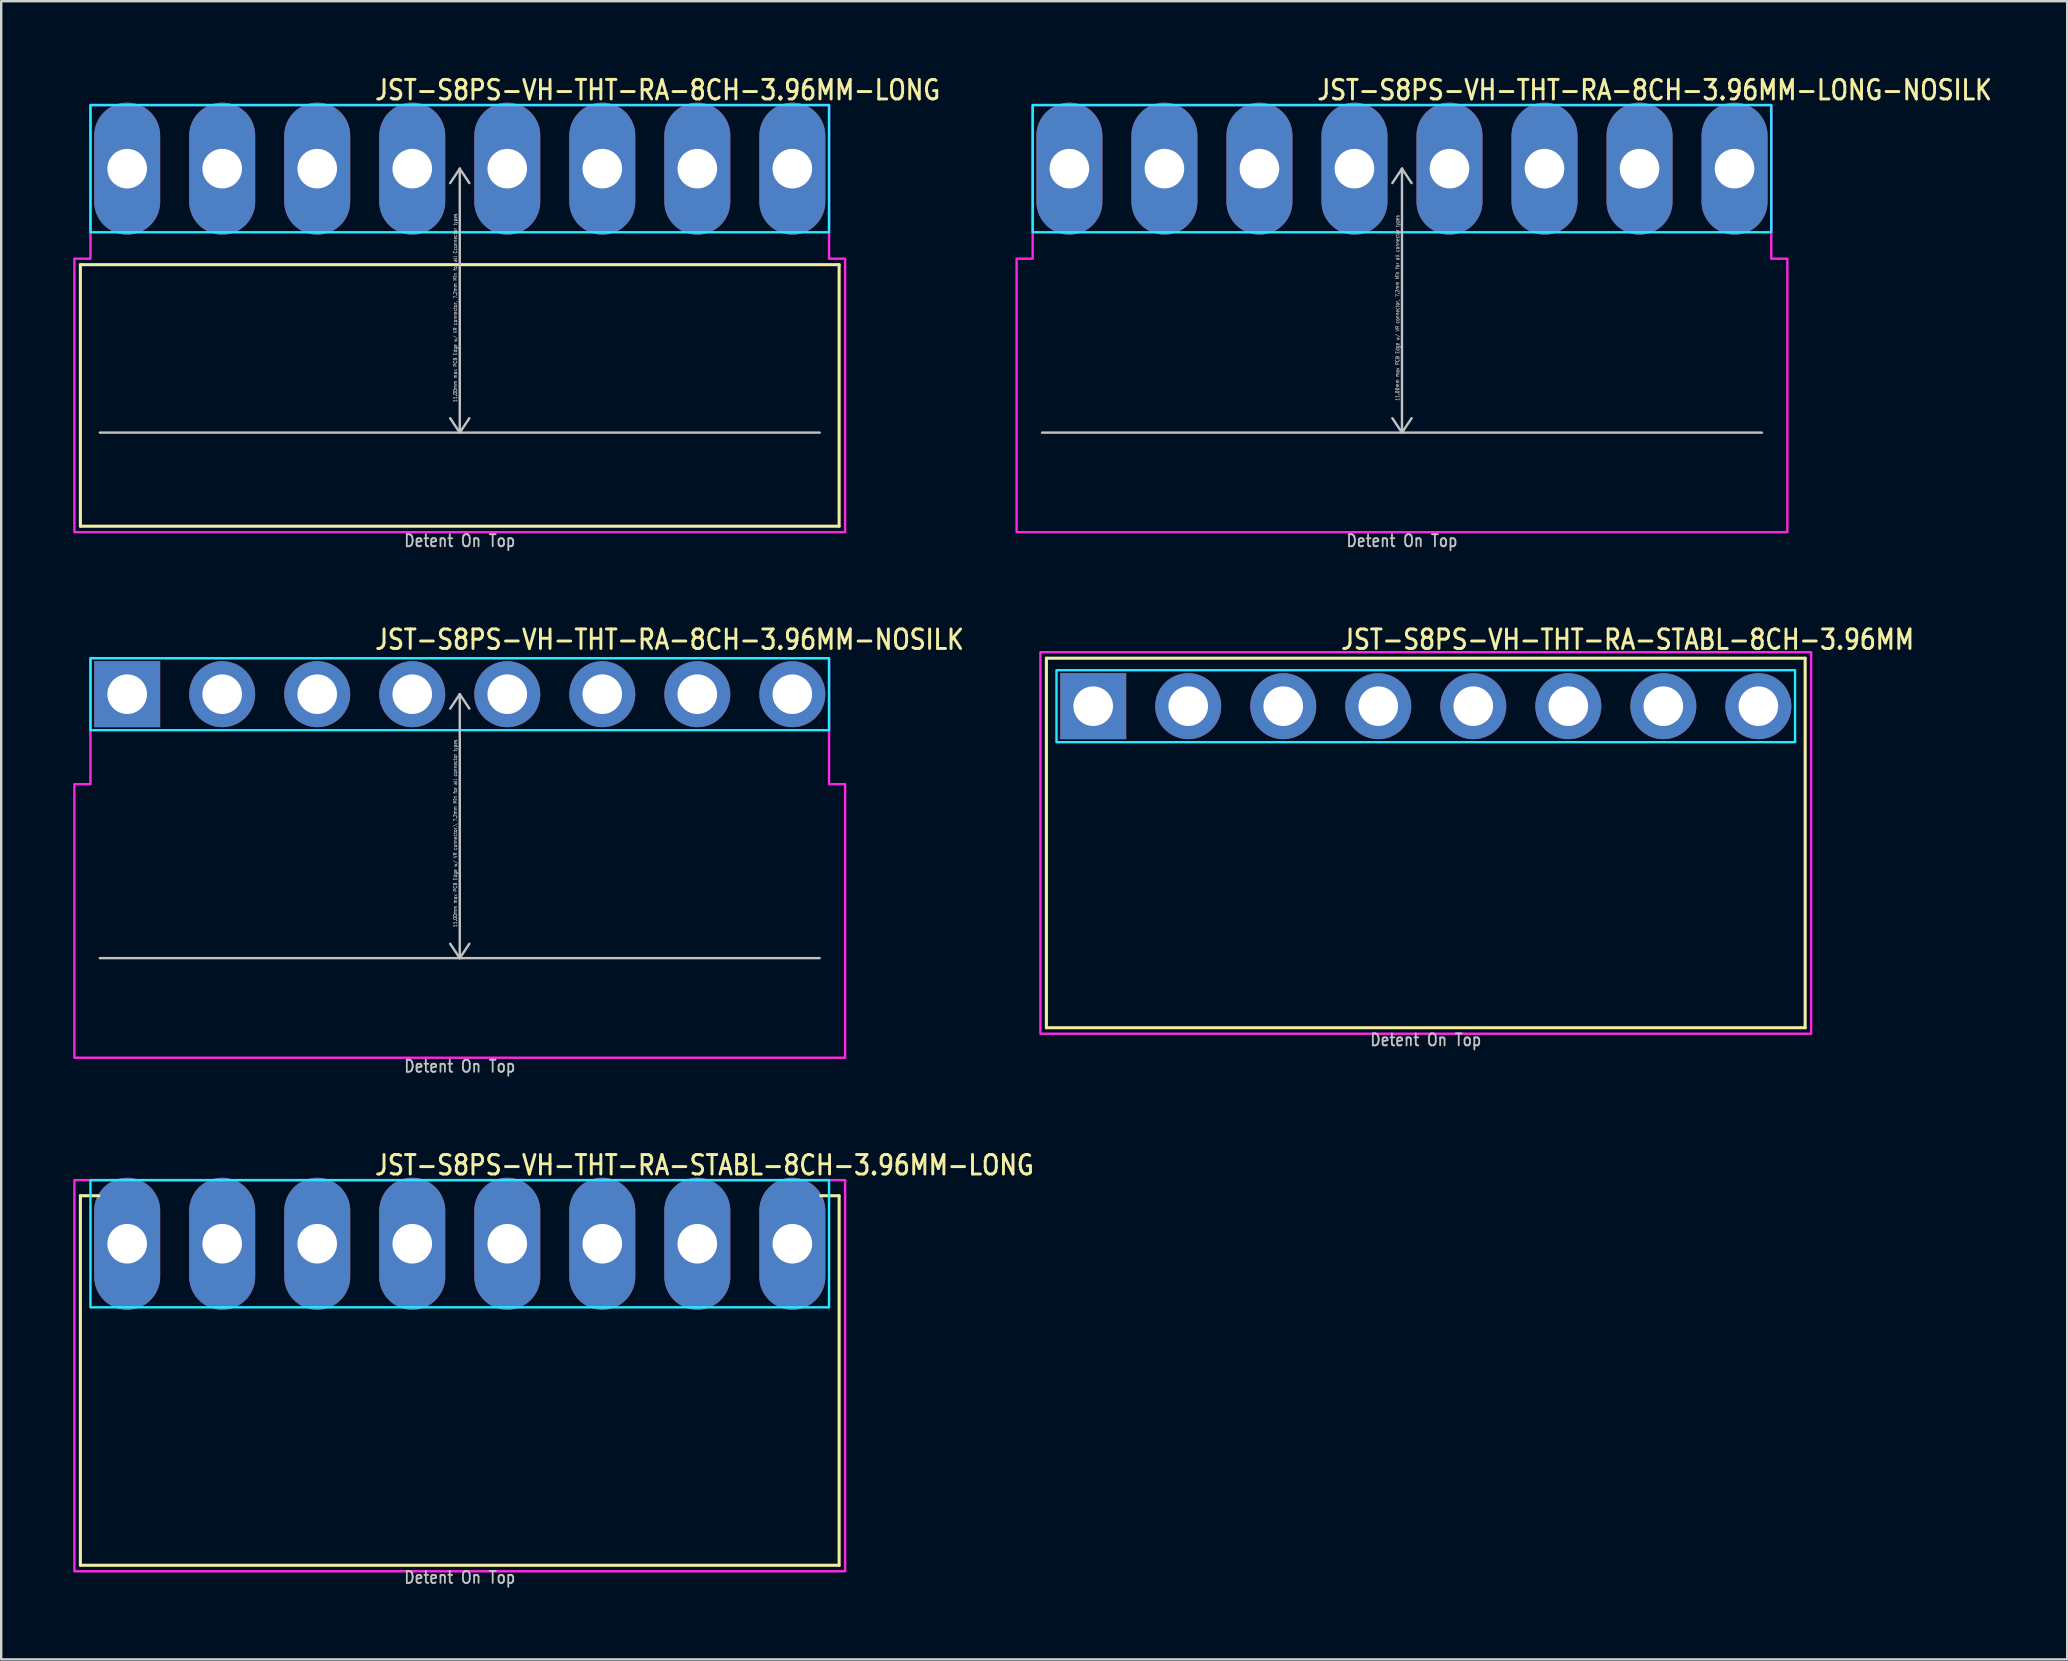
<source format=kicad_pcb>
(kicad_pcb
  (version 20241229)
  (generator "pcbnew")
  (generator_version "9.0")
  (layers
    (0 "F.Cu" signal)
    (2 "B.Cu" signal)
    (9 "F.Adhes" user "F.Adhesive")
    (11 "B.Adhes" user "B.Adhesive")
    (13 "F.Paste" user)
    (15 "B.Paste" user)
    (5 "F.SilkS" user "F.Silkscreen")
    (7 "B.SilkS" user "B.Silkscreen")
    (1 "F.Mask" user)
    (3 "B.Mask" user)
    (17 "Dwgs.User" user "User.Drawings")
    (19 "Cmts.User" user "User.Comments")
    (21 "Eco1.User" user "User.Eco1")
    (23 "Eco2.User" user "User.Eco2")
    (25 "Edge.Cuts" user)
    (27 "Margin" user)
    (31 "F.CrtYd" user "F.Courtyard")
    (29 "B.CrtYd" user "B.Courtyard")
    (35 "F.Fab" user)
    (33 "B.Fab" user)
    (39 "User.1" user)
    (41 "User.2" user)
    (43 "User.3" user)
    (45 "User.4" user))
  (footprint "JST-S8PS-VH-THT-RA-8CH-3.96MM-NOSILK"
    (layer "F.Cu")
    (at 16.11 25.88)
    (property "Reference" "JST-S8PS-VH-THT-RA-8CH-3.96MM-NOSILK" (at -3.6 -1.8 0) (unlocked yes) (layer "F.SilkS") (effects (font (size 0.813 0.695) (thickness 0.122)) (justify left bottom)))
    (fp_line (start -15 11) (end 15 11) (stroke (width 0.1) (type solid)) (layer "Dwgs.User"))
    (fp_line (start 0 0) (end -0.4 0.6) (stroke (width 0.1) (type solid)) (layer "Dwgs.User"))
    (fp_line (start 0 0) (end 0 11) (stroke (width 0.1) (type solid)) (layer "Dwgs.User"))
    (fp_line (start 0 0) (end 0.4 0.6) (stroke (width 0.1) (type solid)) (layer "Dwgs.User"))
    (fp_line (start 0 11) (end -0.4 10.4) (stroke (width 0.1) (type solid)) (layer "Dwgs.User"))
    (fp_line (start 0 11) (end 0.4 10.4) (stroke (width 0.1) (type solid)) (layer "Dwgs.User"))
    (fp_poly (pts (xy -15.39 -1.5) (xy -15.39 1.5) (xy 15.39 1.5) (xy 15.39 -1.5)) (stroke (width 0.1) (type solid)) (fill no) (layer "B.CrtYd"))
    (fp_poly (pts (xy -16.06 3.75) (xy -16.06 15.15) (xy 16.06 15.15) (xy 16.06 3.75) (xy 15.39 3.75) (xy 15.39 -1.5) (xy -15.39 -1.5) (xy -15.39 3.75)) (stroke (width 0.1) (type solid)) (fill no) (layer "F.CrtYd"))
    (fp_text user "11.00mm max PCB Edge w/ VR connector,\\ 7.2mm Min for all connector types" (at -0.1 5.8 90) (unlocked yes) (layer "Dwgs.User") (effects (font (size 0.15 0.128) (thickness 0.022)) (justify bottom)))
    (fp_text user "Detent On Top" (at 0 15.8 0) (unlocked yes) (layer "Dwgs.User") (effects (font (size 0.5 0.427) (thickness 0.075)) (justify bottom)))
    (pad "P$1" thru_hole rect (at -13.86 0) (size 2.75 2.75) (drill 1.65) (layers "*.Cu" "*.Mask"))
    (pad "P$2" thru_hole oval (at -9.9 0) (size 2.75 2.75) (drill 1.65) (layers "*.Cu" "*.Mask"))
    (pad "P$3" thru_hole oval (at -5.94 0) (size 2.75 2.75) (drill 1.65) (layers "*.Cu" "*.Mask"))
    (pad "P$4" thru_hole oval (at -1.98 0) (size 2.75 2.75) (drill 1.65) (layers "*.Cu" "*.Mask"))
    (pad "P$5" thru_hole oval (at 1.98 0) (size 2.75 2.75) (drill 1.65) (layers "*.Cu" "*.Mask"))
    (pad "P$6" thru_hole oval (at 5.94 0) (size 2.75 2.75) (drill 1.65) (layers "*.Cu" "*.Mask"))
    (pad "P$7" thru_hole oval (at 9.9 0) (size 2.75 2.75) (drill 1.65) (layers "*.Cu" "*.Mask"))
    (pad "P$8" thru_hole oval (at 13.86 0) (size 2.75 2.75) (drill 1.65) (layers "*.Cu" "*.Mask")))
  (footprint "JST-S8PS-VH-THT-RA-STABL-8CH-3.96MM"
    (layer "F.Cu")
    (at 56.368 26.38)
    (property "Reference" "JST-S8PS-VH-THT-RA-STABL-8CH-3.96MM" (at -3.6 -2.3 0) (unlocked yes) (layer "F.SilkS") (effects (font (size 0.813 0.695) (thickness 0.122)) (justify left bottom)))
    (fp_line (start -15.81 -2) (end 15.81 -2) (stroke (width 0.127) (type solid)) (layer "F.SilkS"))
    (fp_line (start -15.81 13.4) (end -15.81 -2) (stroke (width 0.127) (type solid)) (layer "F.SilkS"))
    (fp_line (start -15.81 13.4) (end 15.81 13.4) (stroke (width 0.127) (type solid)) (layer "F.SilkS"))
    (fp_line (start 15.81 -2) (end 15.81 13.4) (stroke (width 0.127) (type solid)) (layer "F.SilkS"))
    (fp_poly (pts (xy -15.39 -1.5) (xy -15.39 1.5) (xy 15.39 1.5) (xy 15.39 -1.5)) (stroke (width 0.1) (type solid)) (fill no) (layer "B.CrtYd"))
    (fp_poly (pts (xy -16.06 13.65) (xy 16.06 13.65) (xy 16.06 -2.25) (xy -16.06 -2.25)) (stroke (width 0.1) (type solid)) (fill no) (layer "F.CrtYd"))
    (fp_text user "Detent On Top" (at 0 14.2 0) (unlocked yes) (layer "Dwgs.User") (effects (font (size 0.5 0.427) (thickness 0.075)) (justify bottom)))
    (pad "P$1" thru_hole rect (at -13.86 0) (size 2.75 2.75) (drill 1.65) (layers "*.Cu" "*.Mask"))
    (pad "P$2" thru_hole oval (at -9.9 0) (size 2.75 2.75) (drill 1.65) (layers "*.Cu" "*.Mask"))
    (pad "P$3" thru_hole oval (at -5.94 0) (size 2.75 2.75) (drill 1.65) (layers "*.Cu" "*.Mask"))
    (pad "P$4" thru_hole oval (at -1.98 0) (size 2.75 2.75) (drill 1.65) (layers "*.Cu" "*.Mask"))
    (pad "P$5" thru_hole oval (at 1.98 0) (size 2.75 2.75) (drill 1.65) (layers "*.Cu" "*.Mask"))
    (pad "P$6" thru_hole oval (at 5.94 0) (size 2.75 2.75) (drill 1.65) (layers "*.Cu" "*.Mask"))
    (pad "P$7" thru_hole oval (at 9.9 0) (size 2.75 2.75) (drill 1.65) (layers "*.Cu" "*.Mask"))
    (pad "P$8" thru_hole oval (at 13.86 0) (size 2.75 2.75) (drill 1.65) (layers "*.Cu" "*.Mask")))
  (footprint "JST-S8PS-VH-THT-RA-8CH-3.96MM-LONG"
    (layer "F.Cu")
    (at 16.11 3.979)
    (property "Reference" "JST-S8PS-VH-THT-RA-8CH-3.96MM-LONG" (at -3.6 -2.8 0) (unlocked yes) (layer "F.SilkS") (effects (font (size 0.813 0.695) (thickness 0.122)) (justify left bottom)))
    (fp_line (start -15.81 4) (end 15.81 4) (stroke (width 0.127) (type solid)) (layer "F.SilkS"))
    (fp_line (start -15.81 14.9) (end -15.81 4) (stroke (width 0.127) (type solid)) (layer "F.SilkS"))
    (fp_line (start -15.81 14.9) (end 15.81 14.9) (stroke (width 0.127) (type solid)) (layer "F.SilkS"))
    (fp_line (start 15.81 4) (end 15.81 14.9) (stroke (width 0.127) (type solid)) (layer "F.SilkS"))
    (fp_line (start -15 11) (end 15 11) (stroke (width 0.1) (type solid)) (layer "Dwgs.User"))
    (fp_line (start 0 0) (end -0.4 0.6) (stroke (width 0.1) (type solid)) (layer "Dwgs.User"))
    (fp_line (start 0 0) (end 0 11) (stroke (width 0.1) (type solid)) (layer "Dwgs.User"))
    (fp_line (start 0 0) (end 0.4 0.6) (stroke (width 0.1) (type solid)) (layer "Dwgs.User"))
    (fp_line (start 0 11) (end -0.4 10.4) (stroke (width 0.1) (type solid)) (layer "Dwgs.User"))
    (fp_line (start 0 11) (end 0.4 10.4) (stroke (width 0.1) (type solid)) (layer "Dwgs.User"))
    (fp_poly (pts (xy -15.39 -2.65) (xy -15.39 2.65) (xy 15.39 2.65) (xy 15.39 -2.65)) (stroke (width 0.1) (type solid)) (fill no) (layer "B.CrtYd"))
    (fp_poly (pts (xy -16.06 3.75) (xy -16.06 15.15) (xy 16.06 15.15) (xy 16.06 3.75) (xy 15.39 3.75) (xy 15.39 -2.65) (xy -15.39 -2.65) (xy -15.39 3.75)) (stroke (width 0.1) (type solid)) (fill no) (layer "F.CrtYd"))
    (fp_text user "Detent On Top" (at 0 15.8 0) (unlocked yes) (layer "Dwgs.User") (effects (font (size 0.5 0.427) (thickness 0.075)) (justify bottom)))
    (fp_text user "11.00mm max PCB Edge w/ VR connector, 7.2mm Min for all Cconnector types" (at -0.1 5.8 90) (unlocked yes) (layer "Dwgs.User") (effects (font (size 0.15 0.128) (thickness 0.022)) (justify bottom)))
    (pad "P$1" thru_hole oval (at -13.86 0 90) (size 5.5 2.75) (drill 1.65) (layers "*.Cu" "*.Mask"))
    (pad "P$2" thru_hole oval (at -9.9 0 90) (size 5.5 2.75) (drill 1.65) (layers "*.Cu" "*.Mask"))
    (pad "P$3" thru_hole oval (at -5.94 0 90) (size 5.5 2.75) (drill 1.65) (layers "*.Cu" "*.Mask"))
    (pad "P$4" thru_hole oval (at -1.98 0 90) (size 5.5 2.75) (drill 1.65) (layers "*.Cu" "*.Mask"))
    (pad "P$5" thru_hole oval (at 1.98 0 90) (size 5.5 2.75) (drill 1.65) (layers "*.Cu" "*.Mask"))
    (pad "P$6" thru_hole oval (at 5.94 0 90) (size 5.5 2.75) (drill 1.65) (layers "*.Cu" "*.Mask"))
    (pad "P$7" thru_hole oval (at 9.9 0 90) (size 5.5 2.75) (drill 1.65) (layers "*.Cu" "*.Mask"))
    (pad "P$8" thru_hole oval (at 13.86 0 90) (size 5.5 2.75) (drill 1.65) (layers "*.Cu" "*.Mask")))
  (footprint "JST-S8PS-VH-THT-RA-STABL-8CH-3.96MM-LONG"
    (layer "F.Cu")
    (at 16.11 48.782)
    (property "Reference" "JST-S8PS-VH-THT-RA-STABL-8CH-3.96MM-LONG" (at -3.6 -2.8 0) (unlocked yes) (layer "F.SilkS") (effects (font (size 0.813 0.695) (thickness 0.122)) (justify left bottom)))
    (fp_line (start -15.81 -2) (end -15.04 -2) (stroke (width 0.127) (type solid)) (layer "F.SilkS"))
    (fp_line (start -15.81 13.4) (end -15.81 -2) (stroke (width 0.127) (type solid)) (layer "F.SilkS"))
    (fp_line (start -15.81 13.4) (end 15.81 13.4) (stroke (width 0.127) (type solid)) (layer "F.SilkS"))
    (fp_line (start 15.81 -2) (end 15.04 -2) (stroke (width 0.127) (type solid)) (layer "F.SilkS"))
    (fp_line (start 15.81 -2) (end 15.81 13.4) (stroke (width 0.127) (type solid)) (layer "F.SilkS"))
    (fp_poly (pts (xy -15.39 -2.65) (xy -15.39 2.65) (xy 15.39 2.65) (xy 15.39 -2.65)) (stroke (width 0.1) (type solid)) (fill no) (layer "B.CrtYd"))
    (fp_poly (pts (xy -16.06 -2.65) (xy -16.06 13.65) (xy 16.06 13.65) (xy 16.06 -2.65)) (stroke (width 0.1) (type solid)) (fill no) (layer "F.CrtYd"))
    (fp_text user "Detent On Top" (at 0 14.2 0) (unlocked yes) (layer "Dwgs.User") (effects (font (size 0.5 0.427) (thickness 0.075)) (justify bottom)))
    (pad "P$1" thru_hole oval (at -13.86 0 90) (size 5.5 2.75) (drill 1.65) (layers "*.Cu" "*.Mask"))
    (pad "P$2" thru_hole oval (at -9.9 0 90) (size 5.5 2.75) (drill 1.65) (layers "*.Cu" "*.Mask"))
    (pad "P$3" thru_hole oval (at -5.94 0 90) (size 5.5 2.75) (drill 1.65) (layers "*.Cu" "*.Mask"))
    (pad "P$4" thru_hole oval (at -1.98 0 90) (size 5.5 2.75) (drill 1.65) (layers "*.Cu" "*.Mask"))
    (pad "P$5" thru_hole oval (at 1.98 0 90) (size 5.5 2.75) (drill 1.65) (layers "*.Cu" "*.Mask"))
    (pad "P$6" thru_hole oval (at 5.94 0 90) (size 5.5 2.75) (drill 1.65) (layers "*.Cu" "*.Mask"))
    (pad "P$7" thru_hole oval (at 9.9 0 90) (size 5.5 2.75) (drill 1.65) (layers "*.Cu" "*.Mask"))
    (pad "P$8" thru_hole oval (at 13.86 0 90) (size 5.5 2.75) (drill 1.65) (layers "*.Cu" "*.Mask")))
  (footprint "JST-S8PS-VH-THT-RA-8CH-3.96MM-LONG-NOSILK"
    (layer "F.Cu")
    (at 55.376 3.979)
    (property "Reference" "JST-S8PS-VH-THT-RA-8CH-3.96MM-LONG-NOSILK" (at -3.6 -2.8 0) (unlocked yes) (layer "F.SilkS") (effects (font (size 0.813 0.695) (thickness 0.122)) (justify left bottom)))
    (fp_line (start -15 11) (end 15 11) (stroke (width 0.1) (type solid)) (layer "Dwgs.User"))
    (fp_line (start 0 0) (end -0.4 0.6) (stroke (width 0.1) (type solid)) (layer "Dwgs.User"))
    (fp_line (start 0 0) (end 0 11) (stroke (width 0.1) (type solid)) (layer "Dwgs.User"))
    (fp_line (start 0 0) (end 0.4 0.6) (stroke (width 0.1) (type solid)) (layer "Dwgs.User"))
    (fp_line (start 0 11) (end -0.4 10.4) (stroke (width 0.1) (type solid)) (layer "Dwgs.User"))
    (fp_line (start 0 11) (end 0.4 10.4) (stroke (width 0.1) (type solid)) (layer "Dwgs.User"))
    (fp_poly (pts (xy -15.39 -2.65) (xy -15.39 2.65) (xy 15.39 2.65) (xy 15.39 -2.65)) (stroke (width 0.1) (type solid)) (fill no) (layer "B.CrtYd"))
    (fp_poly (pts (xy -16.06 3.75) (xy -16.06 15.15) (xy 16.06 15.15) (xy 16.06 3.75) (xy 15.39 3.75) (xy 15.39 -2.65) (xy -15.39 -2.65) (xy -15.39 3.75)) (stroke (width 0.1) (type solid)) (fill no) (layer "F.CrtYd"))
    (fp_text user "11.00mm max PCB Edge w/ VR connector, 7.2mm Min for all connector types" (at -0.1 5.8 90) (unlocked yes) (layer "Dwgs.User") (effects (font (size 0.15 0.128) (thickness 0.022)) (justify bottom)))
    (fp_text user "Detent On Top" (at 0 15.8 0) (unlocked yes) (layer "Dwgs.User") (effects (font (size 0.5 0.427) (thickness 0.075)) (justify bottom)))
    (pad "P$1" thru_hole oval (at -13.86 0 90) (size 5.5 2.75) (drill 1.65) (layers "*.Cu" "*.Mask"))
    (pad "P$2" thru_hole oval (at -9.9 0 90) (size 5.5 2.75) (drill 1.65) (layers "*.Cu" "*.Mask"))
    (pad "P$3" thru_hole oval (at -5.94 0 90) (size 5.5 2.75) (drill 1.65) (layers "*.Cu" "*.Mask"))
    (pad "P$4" thru_hole oval (at -1.98 0 90) (size 5.5 2.75) (drill 1.65) (layers "*.Cu" "*.Mask"))
    (pad "P$5" thru_hole oval (at 1.98 0 90) (size 5.5 2.75) (drill 1.65) (layers "*.Cu" "*.Mask"))
    (pad "P$6" thru_hole oval (at 5.94 0 90) (size 5.5 2.75) (drill 1.65) (layers "*.Cu" "*.Mask"))
    (pad "P$7" thru_hole oval (at 9.9 0 90) (size 5.5 2.75) (drill 1.65) (layers "*.Cu" "*.Mask"))
    (pad "P$8" thru_hole oval (at 13.86 0 90) (size 5.5 2.75) (drill 1.65) (layers "*.Cu" "*.Mask")))
  (gr_rect
    (start -3 -3)
    (end 83.098 66.105)
    (stroke (width 0.1) (type default))
    (fill no)
    (layer "Edge.Cuts")))
</source>
